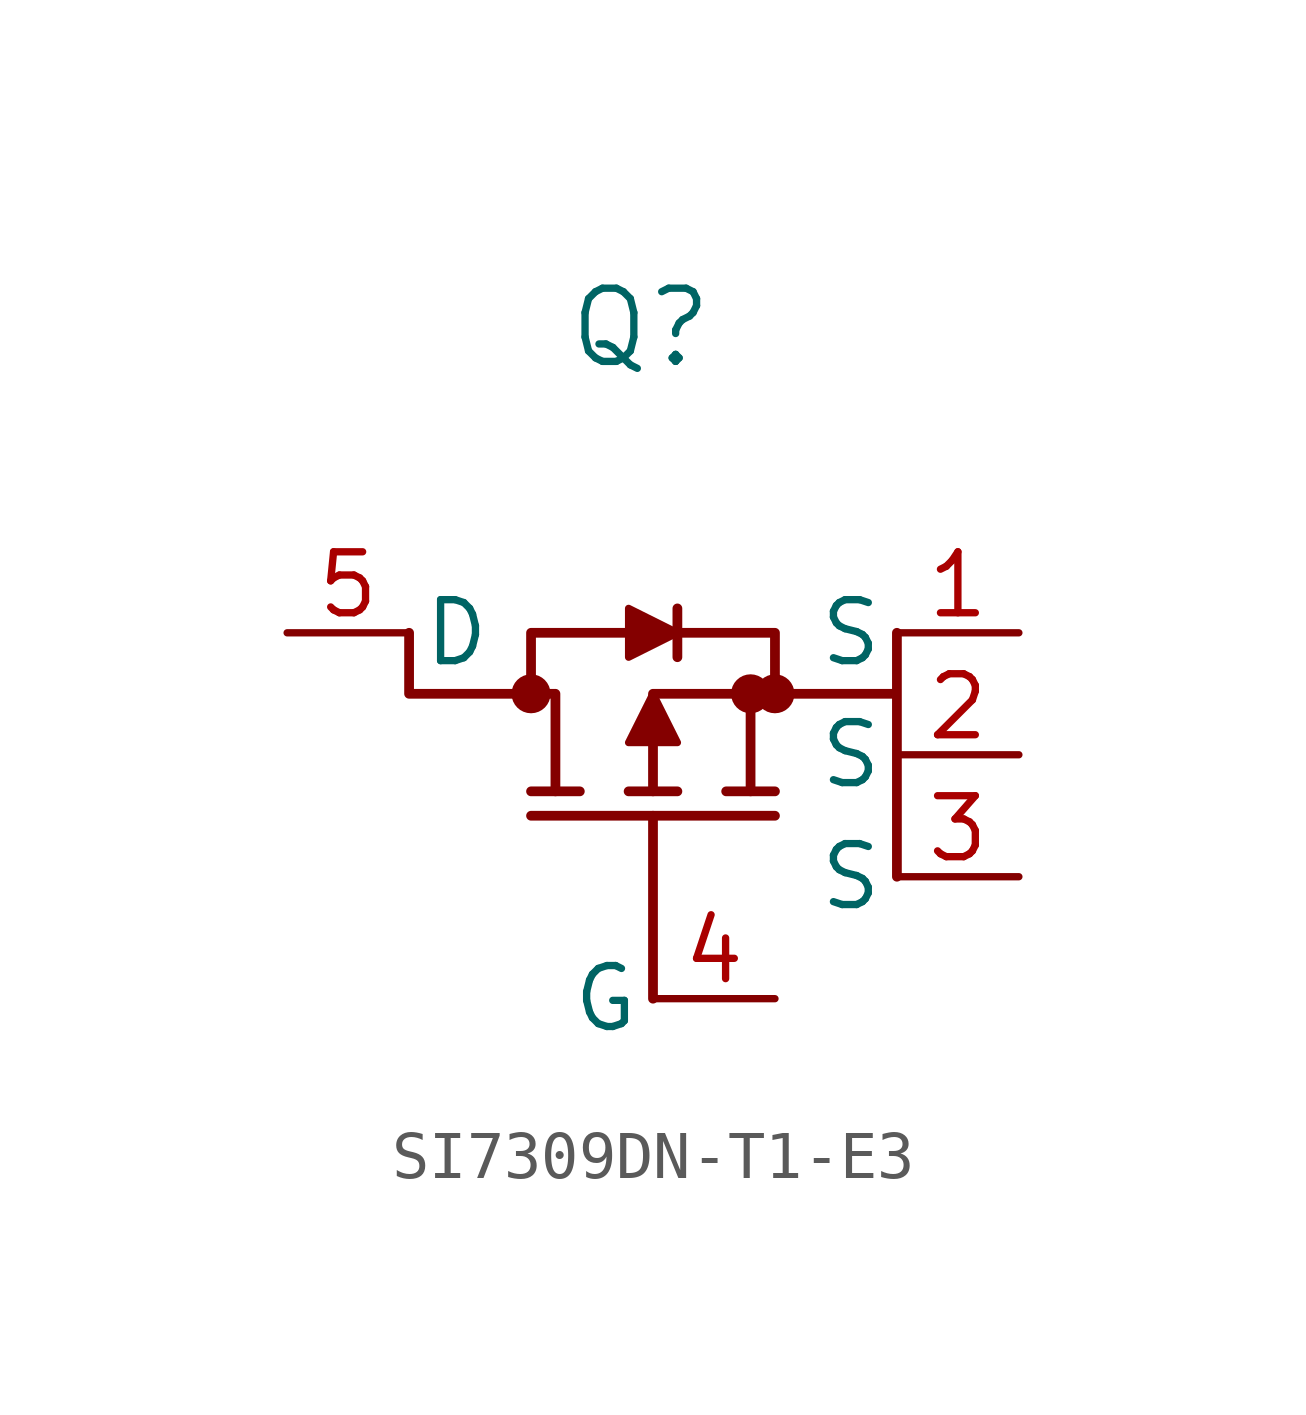
<source format=kicad_sym>
(kicad_symbol_lib
  (version 20231120)
  (generator "kicad_symbol_editor")
  (generator_version "8.0")
  (symbol "SI7309DN-T1-E3"
    (pin_names
      (offset 0.254))
    (property "Reference" "Q"
      (at -0.254 7.62 0)
      (effects (font (size 1.524 1.524))))
    (symbol "SI7309DN-T1-E3_0_1"
      (polyline (pts (xy 0 -6.35) (xy 0 -2.54)) (stroke (width 0.203) (type default)) (fill (type none)))
      (polyline (pts (xy 0.508 0.762) (xy 0.508 1.778)) (stroke (width 0.203) (type default)) (fill (type none)))
      (polyline (pts (xy 2.54 -2.54) (xy -2.54 -2.54)) (stroke (width 0.203) (type default)) (fill (type none)))
      (polyline (pts (xy 2.54 -2.032) (xy 1.524 -2.032)) (stroke (width 0.203) (type default)) (fill (type none)))
      (pin unspecified line (at 7.62 1.27 180) (length 2.54) (name "S" (effects (font (size 1.27 1.27)))) (number "1" (effects (font (size 1.27 1.27)))))
      (pin unspecified line (at 7.62 -1.27 180) (length 2.54) (name "S" (effects (font (size 1.27 1.27)))) (number "2" (effects (font (size 1.27 1.27))))))
    (symbol "SI7309DN-T1-E3_1_1"
      (circle (center -2.54 0) (radius 0.025) (stroke (width 0.381) (type default)) (fill (type none)))
      (polyline (pts (xy -1.524 -2.032) (xy -2.54 -2.032)) (stroke (width 0.203) (type default)) (fill (type none)))
      (polyline (pts (xy 0.508 -2.032) (xy -0.508 -2.032)) (stroke (width 0.203) (type default)) (fill (type none)))
      (polyline (pts (xy -2.032 -2.032) (xy -2.032 0) (xy -2.54 0)) (stroke (width 0.203) (type default)) (fill (type none)))
      (polyline (pts (xy 0 0) (xy -0.508 -1.016) (xy 0.508 -1.016) (xy 0 0)) (stroke (width 0) (type default)) (fill (type outline)))
      (polyline (pts (xy 0.508 1.27) (xy -0.508 1.778) (xy -0.508 0.762) (xy 0.508 1.27)) (stroke (width 0) (type default)) (fill (type outline)))
      (polyline (pts (xy -5.08 1.27) (xy -5.08 0) (xy -2.54 0) (xy -2.54 1.27) (xy -0.508 1.27)) (stroke (width 0.203) (type default)) (fill (type none)))
      (polyline (pts (xy 0 -2.032) (xy 0 0) (xy 2.54 0) (xy 2.032 0) (xy 2.032 -2.032)) (stroke (width 0.203) (type default)) (fill (type none)))
      (polyline (pts (xy 0.508 1.27) (xy 2.54 1.27) (xy 2.54 0) (xy 5.08 0) (xy 5.08 1.27) (xy 5.08 -3.81)) (stroke (width 0.203) (type default)) (fill (type none)))
      (circle (center 2.032 0) (radius 0.025) (stroke (width 0.381) (type default)) (fill (type none)))
      (circle (center 2.54 0) (radius 0.025) (stroke (width 0.381) (type default)) (fill (type none)))
      (pin unspecified line (at 7.62 -3.81 180) (length 2.54) (name "S" (effects (font (size 1.27 1.27)))) (number "3" (effects (font (size 1.27 1.27)))))
      (pin unspecified line (at 2.54 -6.35 180) (length 2.54) (name "G" (effects (font (size 1.27 1.27)))) (number "4" (effects (font (size 1.27 1.27)))))
      (pin unspecified line (at -7.62 1.27 0) (length 2.54) (name "D" (effects (font (size 1.27 1.27)))) (number "5" (effects (font (size 1.27 1.27))))))))
</source>
